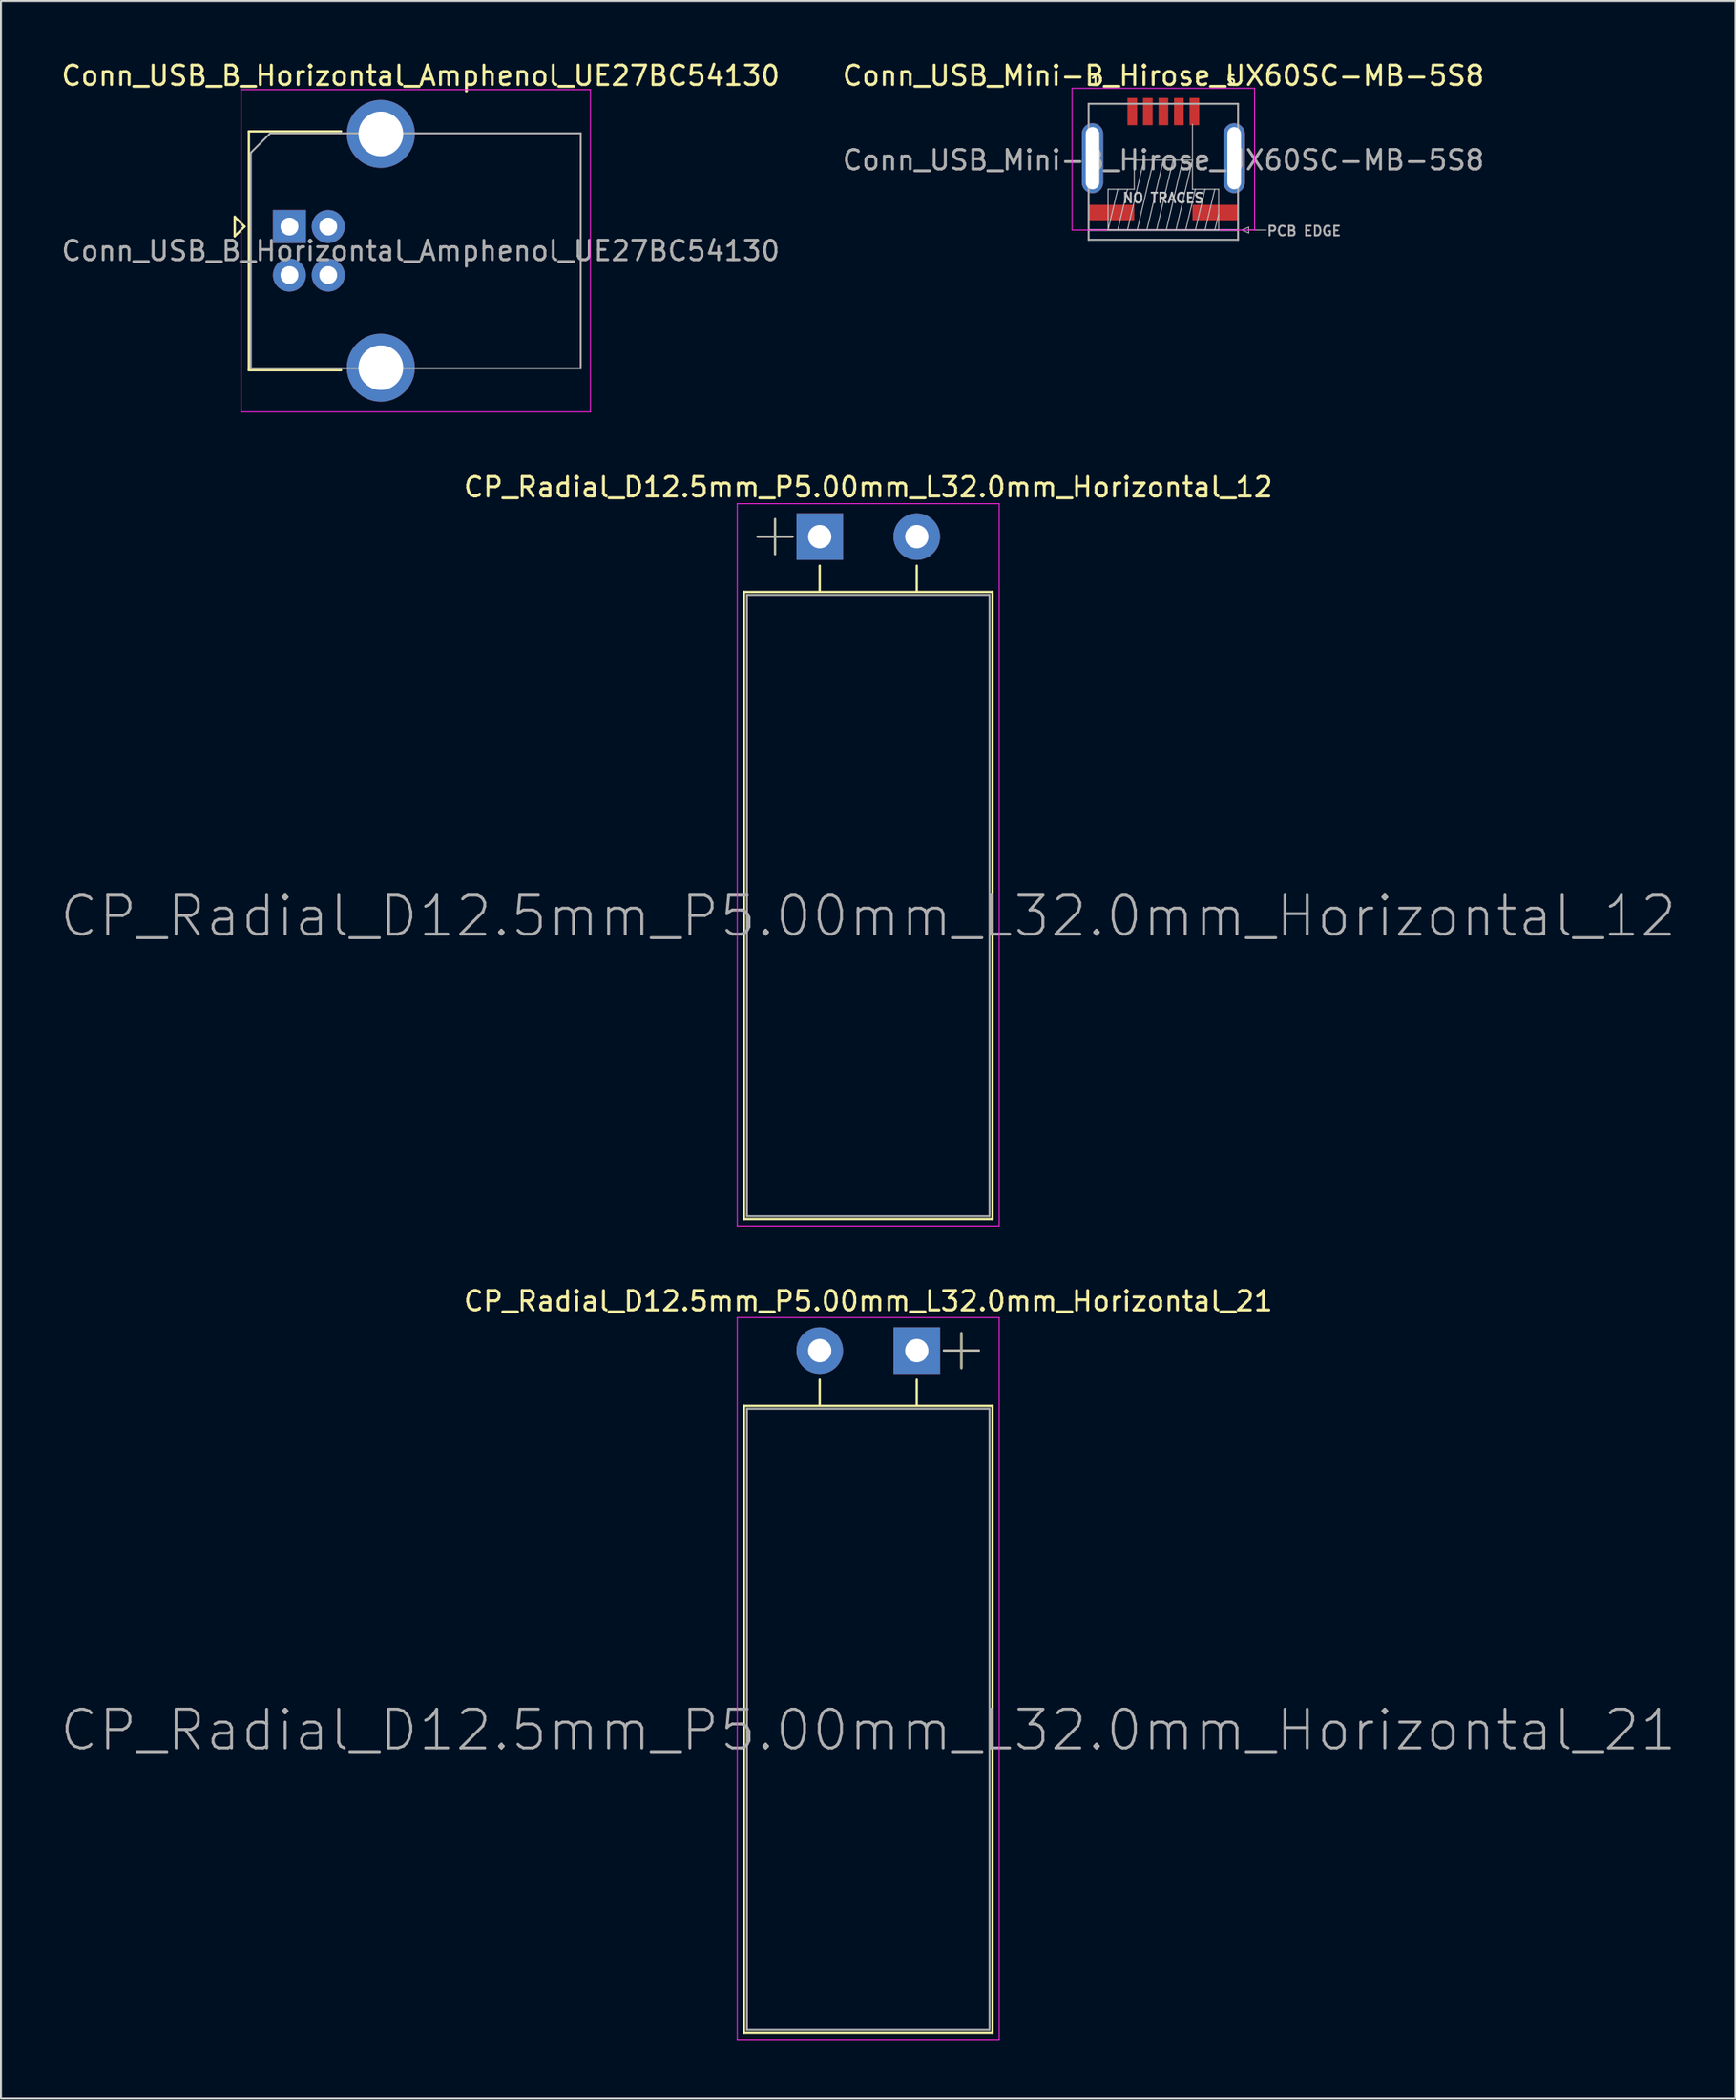
<source format=kicad_pcb>
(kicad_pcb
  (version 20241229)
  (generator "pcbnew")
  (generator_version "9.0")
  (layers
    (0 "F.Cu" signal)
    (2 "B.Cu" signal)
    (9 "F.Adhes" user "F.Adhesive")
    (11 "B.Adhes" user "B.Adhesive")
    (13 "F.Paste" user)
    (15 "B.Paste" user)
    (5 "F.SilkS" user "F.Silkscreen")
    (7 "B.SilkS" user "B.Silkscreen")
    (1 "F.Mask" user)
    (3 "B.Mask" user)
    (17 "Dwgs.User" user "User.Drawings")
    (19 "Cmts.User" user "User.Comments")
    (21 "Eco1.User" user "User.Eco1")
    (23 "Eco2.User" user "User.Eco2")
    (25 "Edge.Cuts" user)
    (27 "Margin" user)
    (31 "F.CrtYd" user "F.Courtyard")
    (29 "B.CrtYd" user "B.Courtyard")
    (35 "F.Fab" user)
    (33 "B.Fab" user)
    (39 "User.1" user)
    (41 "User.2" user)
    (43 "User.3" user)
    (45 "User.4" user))
  (footprint "CP_Radial_D12.5mm_P5.00mm_L32.0mm_Horizontal_12"
    (layer "F.Cu")
    (at 41.692 24.591)
    (property "Reference" "CP_Radial_D12.5mm_P5.00mm_L32.0mm_Horizontal_12" (at 0 -2.55 0) (layer "F.SilkS") (effects (font (size 1 1) (thickness 0.15))))
    (attr through_hole)
    (fp_line (start -6.4 2.85) (end 6.4 2.85) (stroke (width 0.12) (type solid)) (layer "F.SilkS"))
    (fp_line (start -6.4 35.15) (end -6.4 2.85) (stroke (width 0.12) (type solid)) (layer "F.SilkS"))
    (fp_line (start -6.4 35.15) (end 6.4 35.15) (stroke (width 0.12) (type solid)) (layer "F.SilkS"))
    (fp_line (start -5.7 0) (end -3.9 0) (stroke (width 0.12) (type solid)) (layer "F.SilkS"))
    (fp_line (start -4.8 -0.9) (end -4.8 0.9) (stroke (width 0.12) (type solid)) (layer "F.SilkS"))
    (fp_line (start -2.5 2.8) (end -2.5 1.5) (stroke (width 0.12) (type solid)) (layer "F.SilkS"))
    (fp_line (start 2.5 2.8) (end 2.5 1.5) (stroke (width 0.12) (type solid)) (layer "F.SilkS"))
    (fp_line (start 6.4 35.15) (end 6.4 2.85) (stroke (width 0.12) (type solid)) (layer "F.SilkS"))
    (fp_line (start -6.75 -1.7) (end -6.75 35.5) (stroke (width 0.05) (type solid)) (layer "F.CrtYd"))
    (fp_line (start -6.75 -1.7) (end 6.75 -1.7) (stroke (width 0.05) (type solid)) (layer "F.CrtYd"))
    (fp_line (start -6.75 35.5) (end 6.75 35.5) (stroke (width 0.05) (type solid)) (layer "F.CrtYd"))
    (fp_line (start 6.75 -1.7) (end 6.75 35.5) (stroke (width 0.05) (type solid)) (layer "F.CrtYd"))
    (fp_line (start -6.25 3) (end -6.25 35) (stroke (width 0.1) (type solid)) (layer "F.Fab"))
    (fp_line (start -6.25 3) (end 6.25 3) (stroke (width 0.1) (type solid)) (layer "F.Fab"))
    (fp_line (start -6.25 35) (end 6.25 35) (stroke (width 0.1) (type solid)) (layer "F.Fab"))
    (fp_line (start -5.7 0) (end -3.9 0) (stroke (width 0.1) (type solid)) (layer "F.Fab"))
    (fp_line (start -4.8 -0.9) (end -4.8 0.9) (stroke (width 0.1) (type solid)) (layer "F.Fab"))
    (fp_line (start 6.25 3) (end 6.25 35) (stroke (width 0.1) (type solid)) (layer "F.Fab"))
    (fp_text user "${REFERENCE}" (at 0 19.55 0) (layer "F.Fab") (effects (font (size 2 2) (thickness 0.15))))
    (pad "1" thru_hole rect (at -2.5 0) (size 2.4 2.4) (drill 1.2) (layers "*.Cu" "*.Mask"))
    (pad "2" thru_hole circle (at 2.5 0) (size 2.4 2.4) (drill 1.2) (layers "*.Cu" "*.Mask")))
  (footprint "CP_Radial_D12.5mm_P5.00mm_L32.0mm_Horizontal_21"
    (layer "F.Cu")
    (at 41.692 66.515)
    (property "Reference" "CP_Radial_D12.5mm_P5.00mm_L32.0mm_Horizontal_21" (at 0 -2.55 0) (layer "F.SilkS") (effects (font (size 1 1) (thickness 0.15))))
    (attr through_hole)
    (fp_line (start -6.4 2.85) (end 6.4 2.85) (stroke (width 0.12) (type solid)) (layer "F.SilkS"))
    (fp_line (start -6.4 35.15) (end -6.4 2.85) (stroke (width 0.12) (type solid)) (layer "F.SilkS"))
    (fp_line (start -6.4 35.15) (end 6.4 35.15) (stroke (width 0.12) (type solid)) (layer "F.SilkS"))
    (fp_line (start -2.5 2.8) (end -2.5 1.5) (stroke (width 0.12) (type solid)) (layer "F.SilkS"))
    (fp_line (start 2.5 2.8) (end 2.5 1.5) (stroke (width 0.12) (type solid)) (layer "F.SilkS"))
    (fp_line (start 3.9 0) (end 5.7 0) (stroke (width 0.12) (type solid)) (layer "F.SilkS"))
    (fp_line (start 4.8 -0.9) (end 4.8 0.9) (stroke (width 0.12) (type solid)) (layer "F.SilkS"))
    (fp_line (start 6.4 35.15) (end 6.4 2.85) (stroke (width 0.12) (type solid)) (layer "F.SilkS"))
    (fp_line (start -6.75 -1.7) (end -6.75 35.5) (stroke (width 0.05) (type solid)) (layer "F.CrtYd"))
    (fp_line (start -6.75 -1.7) (end 6.75 -1.7) (stroke (width 0.05) (type solid)) (layer "F.CrtYd"))
    (fp_line (start -6.75 35.5) (end 6.75 35.5) (stroke (width 0.05) (type solid)) (layer "F.CrtYd"))
    (fp_line (start 6.75 -1.7) (end 6.75 35.5) (stroke (width 0.05) (type solid)) (layer "F.CrtYd"))
    (fp_line (start -6.25 3) (end -6.25 35) (stroke (width 0.1) (type solid)) (layer "F.Fab"))
    (fp_line (start -6.25 3) (end 6.25 3) (stroke (width 0.1) (type solid)) (layer "F.Fab"))
    (fp_line (start -6.25 35) (end 6.25 35) (stroke (width 0.1) (type solid)) (layer "F.Fab"))
    (fp_line (start 3.9 0) (end 5.7 0) (stroke (width 0.1) (type solid)) (layer "F.Fab"))
    (fp_line (start 4.8 -0.9) (end 4.8 0.9) (stroke (width 0.1) (type solid)) (layer "F.Fab"))
    (fp_line (start 6.25 3) (end 6.25 35) (stroke (width 0.1) (type solid)) (layer "F.Fab"))
    (fp_text user "${REFERENCE}" (at 0 19.55 0) (layer "F.Fab") (effects (font (size 2 2) (thickness 0.15))))
    (pad "1" thru_hole rect (at 2.5 0) (size 2.4 2.4) (drill 1.2) (layers "*.Cu" "*.Mask"))
    (pad "2" thru_hole circle (at -2.5 0) (size 2.4 2.4) (drill 1.2) (layers "*.Cu" "*.Mask")))
  (footprint "Conn_USB_B_Horizontal_Amphenol_UE27BC54130"
    (layer "F.Cu")
    (at 16.575 9.868)
    (property "Reference" "Conn_USB_B_Horizontal_Amphenol_UE27BC54130" (at 2.05 -9.02 0) (layer "F.SilkS") (effects (font (size 1 1) (thickness 0.15))))
    (attr through_hole)
    (fp_line (start -7.53 -1.75) (end -7.53 -0.75) (stroke (width 0.12) (type solid)) (layer "F.SilkS"))
    (fp_line (start -7.53 -0.75) (end -7.03 -1.25) (stroke (width 0.12) (type solid)) (layer "F.SilkS"))
    (fp_line (start -7.03 -1.25) (end -7.53 -1.75) (stroke (width 0.12) (type solid)) (layer "F.SilkS"))
    (fp_line (start -6.8 -6.15) (end -6.8 6.15) (stroke (width 0.12) (type solid)) (layer "F.SilkS"))
    (fp_line (start -6.8 6.15) (end -2.05 6.15) (stroke (width 0.12) (type solid)) (layer "F.SilkS"))
    (fp_line (start -2.05 -6.15) (end -6.8 -6.15) (stroke (width 0.12) (type solid)) (layer "F.SilkS"))
    (fp_line (start -7.2 -8.3) (end -7.2 8.3) (stroke (width 0.05) (type solid)) (layer "F.CrtYd"))
    (fp_line (start -7.2 8.3) (end 10.8 8.3) (stroke (width 0.05) (type solid)) (layer "F.CrtYd"))
    (fp_line (start 10.8 -8.3) (end -7.2 -8.3) (stroke (width 0.05) (type solid)) (layer "F.CrtYd"))
    (fp_line (start 10.8 8.3) (end 10.8 -8.3) (stroke (width 0.05) (type solid)) (layer "F.CrtYd"))
    (fp_line (start -6.7 -5.05) (end -5.7 -6.05) (stroke (width 0.1) (type solid)) (layer "F.Fab"))
    (fp_line (start -6.7 6.05) (end -6.7 -5.05) (stroke (width 0.1) (type solid)) (layer "F.Fab"))
    (fp_line (start -5.7 -6.05) (end 10.3 -6.05) (stroke (width 0.1) (type solid)) (layer "F.Fab"))
    (fp_line (start 10.3 -6.05) (end 10.3 6.05) (stroke (width 0.1) (type solid)) (layer "F.Fab"))
    (fp_line (start 10.3 6.05) (end -6.7 6.05) (stroke (width 0.1) (type solid)) (layer "F.Fab"))
    (fp_text user "${REFERENCE}" (at 2.05 0 0) (layer "F.Fab") (effects (font (size 1 1) (thickness 0.15))))
    (pad "1" thru_hole rect (at -4.71 -1.25) (size 1.7 1.7) (drill 0.92) (layers "*.Cu" "*.Mask"))
    (pad "2" thru_hole circle (at -4.71 1.25) (size 1.7 1.7) (drill 0.92) (layers "*.Cu" "*.Mask"))
    (pad "3" thru_hole circle (at -2.71 1.25) (size 1.7 1.7) (drill 0.92) (layers "*.Cu" "*.Mask"))
    (pad "4" thru_hole circle (at -2.71 -1.25) (size 1.7 1.7) (drill 0.92) (layers "*.Cu" "*.Mask"))
    (pad "5" thru_hole circle (at 0 -6.02) (size 3.5 3.5) (drill 2.3) (layers "*.Cu" "*.Mask"))
    (pad "5" thru_hole circle (at 0 6.02) (size 3.5 3.5) (drill 2.3) (layers "*.Cu" "*.Mask")))
  (footprint "Conn_USB_Mini-B_Hirose_UX60SC-MB-5S8"
    (layer "F.Cu")
    (at 56.899 8.048)
    (property "Reference" "Conn_USB_Mini-B_Hirose_UX60SC-MB-5S8" (at 0 -7.2 0) (layer "F.SilkS") (effects (font (size 1 1) (thickness 0.15))))
    (attr smd)
    (fp_line (start -2.85 0.75) (end -2.85 -1.35) (stroke (width 0.05) (type solid)) (layer "Dwgs.User"))
    (fp_line (start -2.85 0.75) (end -2.35 -1.35) (stroke (width 0.05) (type solid)) (layer "Dwgs.User"))
    (fp_line (start -2.35 0.75) (end -1.85 -1.35) (stroke (width 0.05) (type solid)) (layer "Dwgs.User"))
    (fp_line (start -1.85 0.75) (end -1 -2.85) (stroke (width 0.05) (type solid)) (layer "Dwgs.User"))
    (fp_line (start -1.5 -2.85) (end 1.5 -2.85) (stroke (width 0.05) (type solid)) (layer "Dwgs.User"))
    (fp_line (start -1.5 -1.35) (end -2.85 -1.35) (stroke (width 0.05) (type solid)) (layer "Dwgs.User"))
    (fp_line (start -1.5 -1.35) (end -1.5 -2.85) (stroke (width 0.05) (type solid)) (layer "Dwgs.User"))
    (fp_line (start -1.35 0.75) (end -0.5 -2.85) (stroke (width 0.05) (type solid)) (layer "Dwgs.User"))
    (fp_line (start -0.85 0.75) (end 0 -2.85) (stroke (width 0.05) (type solid)) (layer "Dwgs.User"))
    (fp_line (start -0.35 0.75) (end 0.5 -2.85) (stroke (width 0.05) (type solid)) (layer "Dwgs.User"))
    (fp_line (start 0.15 0.75) (end 1 -2.85) (stroke (width 0.05) (type solid)) (layer "Dwgs.User"))
    (fp_line (start 0.65 0.75) (end 1.5 -2.85) (stroke (width 0.05) (type solid)) (layer "Dwgs.User"))
    (fp_line (start 1.15 0.75) (end 1.65 -1.35) (stroke (width 0.05) (type solid)) (layer "Dwgs.User"))
    (fp_line (start 1.5 -4.7) (end 1.5 -1.35) (stroke (width 0.05) (type solid)) (layer "Dwgs.User"))
    (fp_line (start 1.65 0.75) (end 2.15 -1.35) (stroke (width 0.05) (type solid)) (layer "Dwgs.User"))
    (fp_line (start 2.15 0.75) (end 2.65 -1.35) (stroke (width 0.05) (type solid)) (layer "Dwgs.User"))
    (fp_line (start 2.65 0.75) (end 2.85 -0.05) (stroke (width 0.05) (type solid)) (layer "Dwgs.User"))
    (fp_line (start 2.85 -1.35) (end 1.5 -1.35) (stroke (width 0.05) (type solid)) (layer "Dwgs.User"))
    (fp_line (start 2.85 0.75) (end -2.85 0.75) (stroke (width 0.05) (type solid)) (layer "Dwgs.User"))
    (fp_line (start 2.85 0.75) (end 2.85 -1.35) (stroke (width 0.05) (type solid)) (layer "Dwgs.User"))
    (fp_line (start -4.7 -6.55) (end 4.7 -6.55) (stroke (width 0.05) (type solid)) (layer "F.CrtYd"))
    (fp_line (start -4.7 0.75) (end -4.7 -6.55) (stroke (width 0.05) (type solid)) (layer "F.CrtYd"))
    (fp_line (start 4.7 0.75) (end -4.7 0.75) (stroke (width 0.05) (type solid)) (layer "F.CrtYd"))
    (fp_line (start 4.7 0.75) (end 4.7 -6.55) (stroke (width 0.05) (type solid)) (layer "F.CrtYd"))
    (fp_line (start -3.85 -5.75) (end -3.85 1.25) (stroke (width 0.1) (type solid)) (layer "F.Fab"))
    (fp_line (start -3.85 -5.75) (end 3.85 -5.75) (stroke (width 0.1) (type solid)) (layer "F.Fab"))
    (fp_line (start -3.85 1.25) (end 3.85 1.25) (stroke (width 0.1) (type solid)) (layer "F.Fab"))
    (fp_line (start 3.85 -5.75) (end 3.85 1.25) (stroke (width 0.1) (type solid)) (layer "F.Fab"))
    (fp_line (start 3.85 0.75) (end -3.85 0.75) (stroke (width 0.1) (type solid)) (layer "F.Fab"))
    (fp_line (start 4.05 0.75) (end 4.4 0.6) (stroke (width 0.05) (type solid)) (layer "F.Fab"))
    (fp_line (start 4.4 0.6) (end 4.4 0.9) (stroke (width 0.05) (type solid)) (layer "F.Fab"))
    (fp_line (start 4.4 0.75) (end 5.3 0.75) (stroke (width 0.05) (type solid)) (layer "F.Fab"))
    (fp_line (start 4.4 0.9) (end 4.05 0.75) (stroke (width 0.05) (type solid)) (layer "F.Fab"))
    (fp_text user "1" (at -3.5 -6.95 0) (layer "F.SilkS") (effects (font (size 0.5 0.5) (thickness 0.1))))
    (fp_text user "5" (at 3.5 -6.95 0) (layer "F.SilkS") (effects (font (size 0.5 0.5) (thickness 0.1))))
    (fp_text user "NO TRACES" (at 0 -0.9 0) (layer "Dwgs.User") (effects (font (size 0.5 0.5) (thickness 0.1))))
    (fp_text user "PCB EDGE" (at 7.25 0.8 0) (layer "F.Fab") (effects (font (size 0.5 0.5) (thickness 0.1))))
    (fp_text user "${REFERENCE}" (at 0 -2.85 0) (layer "F.Fab") (effects (font (size 1 1) (thickness 0.15))))
    (pad "1" smd rect (at -1.6 -5.35) (size 0.5 1.4) (layers "F.Cu" "F.Mask" "F.Paste"))
    (pad "2" smd rect (at -0.8 -5.35) (size 0.5 1.4) (layers "F.Cu" "F.Mask" "F.Paste"))
    (pad "3" smd rect (at 0 -5.35) (size 0.5 1.4) (layers "F.Cu" "F.Mask" "F.Paste"))
    (pad "4" smd rect (at 0.8 -5.35) (size 0.5 1.4) (layers "F.Cu" "F.Mask" "F.Paste"))
    (pad "5" smd rect (at 1.6 -5.35) (size 0.5 1.4) (layers "F.Cu" "F.Mask" "F.Paste"))
    (pad "6" thru_hole oval (at -3.65 -2.95) (size 1.1 3.6) (drill oval 0.7 3.2) (layers "*.Cu" "*.Mask"))
    (pad "6" smd rect (at -2.675 -0.15) (size 2.35 0.8) (layers "F.Cu" "F.Mask" "F.Paste"))
    (pad "6" smd rect (at 2.675 -0.15) (size 2.35 0.8) (layers "F.Cu" "F.Mask" "F.Paste"))
    (pad "6" thru_hole oval (at 3.65 -2.95) (size 1.1 3.6) (drill oval 0.7 3.2) (layers "*.Cu" "*.Mask")))
  (gr_rect
    (start -3 -3)
    (end 86.383 105.04)
    (stroke (width 0.1) (type default))
    (fill no)
    (layer "Edge.Cuts")))
</source>
